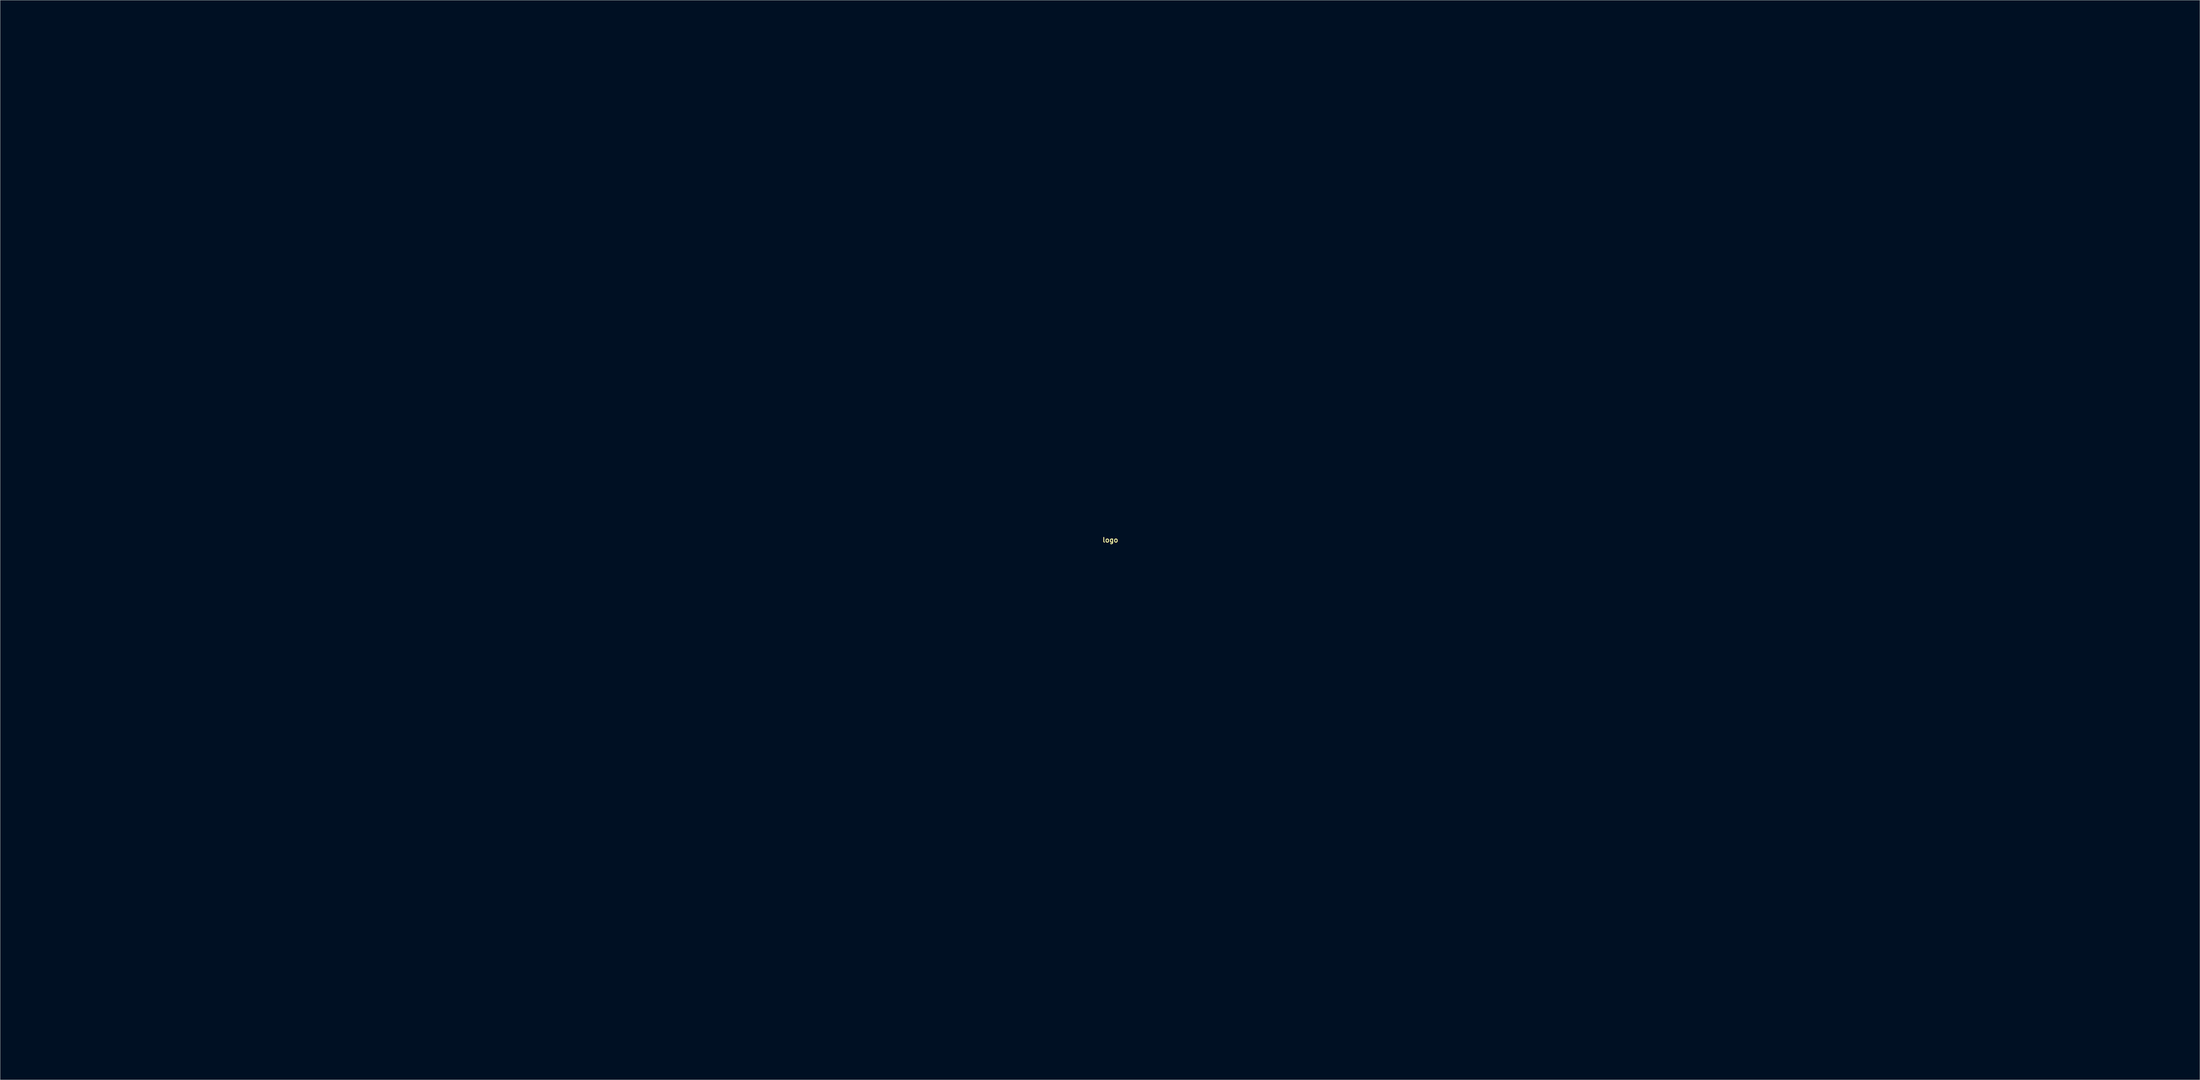
<source format=kicad_pcb>
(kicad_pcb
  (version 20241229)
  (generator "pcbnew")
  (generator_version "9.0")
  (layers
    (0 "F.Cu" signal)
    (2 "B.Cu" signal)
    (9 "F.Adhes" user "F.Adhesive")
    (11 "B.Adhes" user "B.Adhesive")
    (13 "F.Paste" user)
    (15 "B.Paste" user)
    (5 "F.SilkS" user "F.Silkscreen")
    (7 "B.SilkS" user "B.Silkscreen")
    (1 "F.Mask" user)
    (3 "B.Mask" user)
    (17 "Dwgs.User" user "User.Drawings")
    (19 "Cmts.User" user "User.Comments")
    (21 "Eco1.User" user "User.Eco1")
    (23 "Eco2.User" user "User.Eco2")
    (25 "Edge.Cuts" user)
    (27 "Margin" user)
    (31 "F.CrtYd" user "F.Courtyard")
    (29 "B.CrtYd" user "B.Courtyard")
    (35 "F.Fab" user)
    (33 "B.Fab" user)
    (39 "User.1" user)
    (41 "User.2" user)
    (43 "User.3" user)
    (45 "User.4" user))
  (footprint "logo"
    (layer "F.Cu")
    (at 352.707 170.044)
    (property "Reference" "logo" (at 0 0 0) (layer "F.SilkS") (effects (font (size 1.524 1.524) (thickness 0.3))))
    (attr through_hole)
    (fp_poly (pts (xy 282.575 170.039) (xy 238.478 170.039) (xy 238.478 -164.394) (xy 282.575 -164.394) (xy 282.575 170.039)) (stroke (width 0.01) (type solid)) (fill no) (layer "Eco2.User"))
    (fp_poly (pts (xy 346.075 170.039) (xy 301.977 170.039) (xy 302.065 73.642) (xy 302.154 -22.754) (xy 324.115 -22.845) (xy 346.075 -22.936) (xy 346.075 170.039)) (stroke (width 0.01) (type solid)) (fill no) (layer "Eco2.User"))
    (fp_poly (pts (xy 206.666 63.548) (xy 210.326 64.844) (xy 210.961 65.145) (xy 212.971 66.363) (xy 215.104 68.043) (xy 217.181 70.012) (xy 219.023 72.096) (xy 220.451 74.12) (xy 220.766 74.678) (xy 222.161 78.036) (xy 223.001 81.659) (xy 223.284 85.407) (xy 223.01 89.139) (xy 222.178 92.716) (xy 220.838 95.905) (xy 218.801 99.058) (xy 216.289 101.839) (xy 213.406 104.163) (xy 210.254 105.947) (xy 207.161 107.05) (xy 204.965 107.476) (xy 202.494 107.731) (xy 200.05 107.797) (xy 197.933 107.656) (xy 197.69 107.62) (xy 194.877 106.97) (xy 192.077 105.96) (xy 189.603 104.708) (xy 189.198 104.454) (xy 187.382 103.078) (xy 185.481 101.317) (xy 183.723 99.403) (xy 182.338 97.568) (xy 182.237 97.41) (xy 180.767 94.514) (xy 179.705 91.227) (xy 179.096 87.762) (xy 178.983 84.332) (xy 179.145 82.571) (xy 179.875 78.994) (xy 181.035 75.841) (xy 182.705 72.951) (xy 184.965 70.162) (xy 185.803 69.288) (xy 188.76 66.786) (xy 192.029 64.885) (xy 195.532 63.598) (xy 199.191 62.937) (xy 202.928 62.916) (xy 206.666 63.548)) (stroke (width 0.01) (type solid)) (fill no) (layer "Eco2.User"))
    (fp_poly (pts (xy 329.432 -84.619) (xy 333.093 -83.322) (xy 333.728 -83.022) (xy 335.738 -81.804) (xy 337.871 -80.124) (xy 339.948 -78.154) (xy 341.79 -76.071) (xy 343.217 -74.047) (xy 343.532 -73.489) (xy 344.928 -70.13) (xy 345.768 -66.507) (xy 346.051 -62.76) (xy 345.776 -59.028) (xy 344.944 -55.451) (xy 343.604 -52.262) (xy 341.567 -49.108) (xy 339.056 -46.327) (xy 336.173 -44.003) (xy 333.02 -42.22) (xy 329.928 -41.117) (xy 327.731 -40.691) (xy 325.261 -40.436) (xy 322.817 -40.37) (xy 320.7 -40.511) (xy 320.457 -40.547) (xy 317.643 -41.197) (xy 314.843 -42.207) (xy 312.37 -43.459) (xy 311.965 -43.713) (xy 310.149 -45.089) (xy 308.248 -46.85) (xy 306.49 -48.763) (xy 305.105 -50.599) (xy 305.003 -50.756) (xy 303.534 -53.652) (xy 302.472 -56.94) (xy 301.863 -60.405) (xy 301.75 -63.835) (xy 301.911 -65.596) (xy 302.642 -69.173) (xy 303.802 -72.326) (xy 305.472 -75.216) (xy 307.732 -78.005) (xy 308.57 -78.879) (xy 311.527 -81.381) (xy 314.796 -83.282) (xy 318.299 -84.569) (xy 321.957 -85.229) (xy 325.695 -85.25) (xy 329.432 -84.619)) (stroke (width 0.01) (type solid)) (fill no) (layer "Eco2.User"))
    (fp_poly (pts (xy 143.337 -22.93) (xy 152.618 -22.928) (xy 161.233 -22.924) (xy 169.203 -22.919) (xy 176.546 -22.912) (xy 183.284 -22.903) (xy 189.436 -22.893) (xy 195.021 -22.88) (xy 200.061 -22.866) (xy 204.574 -22.849) (xy 208.581 -22.83) (xy 212.101 -22.809) (xy 215.155 -22.785) (xy 217.763 -22.759) (xy 219.944 -22.73) (xy 221.719 -22.698) (xy 223.106 -22.664) (xy 224.127 -22.626) (xy 224.801 -22.586) (xy 225.148 -22.543) (xy 225.206 -22.509) (xy 224.938 -22.16) (xy 224.266 -21.319) (xy 223.234 -20.04) (xy 221.887 -18.377) (xy 220.268 -16.383) (xy 218.421 -14.114) (xy 216.39 -11.622) (xy 214.217 -8.961) (xy 213.829 -8.486) (xy 208.581 -2.065) (xy 203.268 4.438) (xy 197.909 10.999) (xy 192.521 17.595) (xy 187.124 24.205) (xy 181.736 30.804) (xy 176.374 37.372) (xy 171.059 43.884) (xy 165.807 50.319) (xy 160.639 56.653) (xy 155.571 62.865) (xy 150.623 68.931) (xy 145.813 74.829) (xy 141.159 80.536) (xy 136.68 86.03) (xy 132.395 91.288) (xy 128.321 96.286) (xy 124.478 101.004) (xy 120.883 105.418) (xy 117.556 109.505) (xy 114.514 113.242) (xy 111.777 116.608) (xy 109.361 119.58) (xy 107.287 122.134) (xy 105.572 124.248) (xy 104.236 125.9) (xy 103.295 127.067) (xy 102.77 127.726) (xy 102.658 127.874) (xy 103.005 127.894) (xy 104.02 127.914) (xy 105.665 127.933) (xy 107.904 127.951) (xy 110.7 127.968) (xy 114.014 127.984) (xy 117.81 127.999) (xy 122.05 128.013) (xy 126.697 128.025) (xy 131.713 128.035) (xy 137.061 128.044) (xy 142.705 128.05) (xy 148.606 128.055) (xy 154.727 128.058) (xy 159.103 128.058) (xy 215.547 128.058) (xy 215.547 170.039) (xy 15.109 170.039) (xy 17.377 167.305) (xy 17.87 166.706) (xy 18.78 165.595) (xy 20.081 164.004) (xy 21.745 161.968) (xy 23.743 159.522) (xy 26.049 156.698) (xy 28.634 153.531) (xy 31.47 150.054) (xy 34.531 146.303) (xy 37.788 142.31) (xy 41.213 138.11) (xy 44.78 133.737) (xy 48.459 129.224) (xy 50.847 126.294) (xy 55.213 120.939) (xy 59.89 115.202) (xy 64.811 109.165) (xy 69.91 102.911) (xy 75.119 96.522) (xy 80.372 90.08) (xy 85.601 83.667) (xy 90.738 77.366) (xy 95.718 71.259) (xy 100.473 65.428) (xy 104.936 59.956) (xy 109.041 54.923) (xy 110.169 53.54) (xy 113.672 49.243) (xy 117.049 45.098) (xy 120.274 41.138) (xy 123.32 37.394) (xy 126.16 33.9) (xy 128.769 30.689) (xy 131.118 27.793) (xy 133.182 25.246) (xy 134.934 23.08) (xy 136.347 21.327) (xy 137.395 20.021) (xy 138.051 19.195) (xy 138.288 18.881) (xy 138.289 18.88) (xy 137.943 18.858) (xy 136.931 18.837) (xy 135.295 18.817) (xy 133.074 18.798) (xy 130.309 18.78) (xy 127.039 18.763) (xy 123.305 18.748) (xy 119.148 18.735) (xy 114.608 18.723) (xy 109.724 18.713) (xy 104.538 18.706) (xy 99.089 18.701) (xy 93.418 18.698) (xy 89.782 18.697) (xy 41.275 18.697) (xy 41.275 -22.931) (xy 133.371 -22.931) (xy 143.337 -22.93)) (stroke (width 0.01) (type solid)) (fill no) (layer "Eco2.User"))
    (fp_poly (pts (xy -165.1 168.628) (xy -209.534 168.628) (xy -209.726 155.656) (xy -213.254 157.77) (xy -219.639 161.315) (xy -225.908 164.217) (xy -232.145 166.505) (xy -238.436 168.212) (xy -244.651 169.339) (xy -245.77 169.445) (xy -247.489 169.542) (xy -249.705 169.629) (xy -252.314 169.706) (xy -255.211 169.77) (xy -258.292 169.822) (xy -261.453 169.859) (xy -264.589 169.881) (xy -267.596 169.887) (xy -270.37 169.874) (xy -272.806 169.843) (xy -274.8 169.792) (xy -276.248 169.72) (xy -276.578 169.693) (xy -283.443 168.722) (xy -289.92 167.178) (xy -296.052 165.04) (xy -301.885 162.293) (xy -307.463 158.917) (xy -312.208 155.403) (xy -317.651 150.706) (xy -322.873 145.596) (xy -327.762 140.201) (xy -332.203 134.647) (xy -336.083 129.06) (xy -336.714 128.058) (xy -340.749 120.892) (xy -344.215 113.332) (xy -347.103 105.413) (xy -349.404 97.172) (xy -351.111 88.643) (xy -352.213 79.861) (xy -352.702 70.863) (xy -352.687 68.739) (xy -313.955 68.739) (xy -313.909 71.674) (xy -313.808 74.372) (xy -313.654 76.643) (xy -313.6 77.184) (xy -312.543 84.124) (xy -310.923 90.702) (xy -308.75 96.896) (xy -306.037 102.682) (xy -302.793 108.038) (xy -299.029 112.939) (xy -295.032 117.108) (xy -290.532 120.874) (xy -285.76 123.993) (xy -280.693 126.475) (xy -275.307 128.333) (xy -271.462 129.243) (xy -269.906 129.542) (xy -268.611 129.762) (xy -267.427 129.912) (xy -266.204 130.002) (xy -264.792 130.041) (xy -263.04 130.039) (xy -260.797 130.005) (xy -259.644 129.983) (xy -256.699 129.898) (xy -254.294 129.762) (xy -252.263 129.56) (xy -250.443 129.28) (xy -249.59 129.111) (xy -243.657 127.528) (xy -238.123 125.363) (xy -232.992 122.62) (xy -228.268 119.302) (xy -223.955 115.412) (xy -220.058 110.953) (xy -216.58 105.93) (xy -213.861 101.025) (xy -211.294 95.174) (xy -209.31 89.07) (xy -207.895 82.663) (xy -207.041 75.902) (xy -206.736 68.738) (xy -206.734 68.263) (xy -207.042 60.892) (xy -207.963 53.852) (xy -209.496 47.15) (xy -211.639 40.792) (xy -214.39 34.783) (xy -217.746 29.132) (xy -220.319 25.566) (xy -224.148 21.198) (xy -228.413 17.363) (xy -233.072 14.076) (xy -238.08 11.353) (xy -243.394 9.211) (xy -248.97 7.666) (xy -254.764 6.732) (xy -260.732 6.427) (xy -266.831 6.766) (xy -270.404 7.263) (xy -275.851 8.538) (xy -281.059 10.451) (xy -285.998 12.967) (xy -290.638 16.052) (xy -294.949 19.668) (xy -298.901 23.781) (xy -302.465 28.357) (xy -305.61 33.359) (xy -308.308 38.751) (xy -310.527 44.5) (xy -312.238 50.569) (xy -313.412 56.923) (xy -313.598 58.385) (xy -313.768 60.389) (xy -313.885 62.908) (xy -313.947 65.754) (xy -313.955 68.739) (xy -352.687 68.739) (xy -352.652 63.676) (xy -352.196 55.748) (xy -351.366 48.329) (xy -350.136 41.317) (xy -348.482 34.609) (xy -346.381 28.104) (xy -343.808 21.698) (xy -341.659 17.11) (xy -338.764 11.669) (xy -335.575 6.481) (xy -332.019 1.448) (xy -328.02 -3.53) (xy -323.505 -8.551) (xy -318.519 -13.597) (xy -313.872 -17.856) (xy -309.296 -21.495) (xy -304.686 -24.565) (xy -299.936 -27.117) (xy -294.942 -29.202) (xy -289.598 -30.871) (xy -283.798 -32.174) (xy -278.342 -33.045) (xy -276.308 -33.259) (xy -273.756 -33.435) (xy -270.797 -33.572) (xy -267.541 -33.67) (xy -264.099 -33.73) (xy -260.58 -33.75) (xy -257.095 -33.732) (xy -253.754 -33.676) (xy -250.669 -33.58) (xy -247.948 -33.446) (xy -245.703 -33.273) (xy -244.044 -33.062) (xy -243.946 -33.044) (xy -239.377 -32.104) (xy -234.99 -31.001) (xy -231.028 -29.797) (xy -230.49 -29.613) (xy -228.577 -28.878) (xy -226.223 -27.863) (xy -223.591 -26.649) (xy -220.847 -25.317) (xy -218.156 -23.947) (xy -215.681 -22.62) (xy -213.588 -21.417) (xy -212.952 -21.025) (xy -211.651 -20.211) (xy -210.587 -19.56) (xy -209.891 -19.151) (xy -209.688 -19.05) (xy -209.675 -19.397) (xy -209.662 -20.418) (xy -209.65 -22.08) (xy -209.638 -24.35) (xy -209.626 -27.197) (xy -209.615 -30.588) (xy -209.605 -34.49) (xy -209.595 -38.873) (xy -209.586 -43.702) (xy -209.578 -48.947) (xy -209.571 -54.574) (xy -209.565 -60.552) (xy -209.56 -66.847) (xy -209.556 -73.429) (xy -209.552 -80.264) (xy -209.551 -87.321) (xy -209.55 -94.544) (xy -209.55 -170.039) (xy -165.1 -170.039) (xy -165.1 168.628)) (stroke (width 0.01) (type solid)) (fill no) (layer "Eco2.User"))
    (fp_poly (pts (xy -54.053 -33.58) (xy -49.121 -33.295) (xy -44.428 -32.847) (xy -40.217 -32.25) (xy -32.532 -30.607) (xy -25.205 -28.362) (xy -18.252 -25.529) (xy -11.687 -22.125) (xy -5.526 -18.163) (xy 0.214 -13.659) (xy 5.519 -8.628) (xy 10.373 -3.085) (xy 14.761 2.955) (xy 18.666 9.478) (xy 22.074 16.468) (xy 24.969 23.91) (xy 27.335 31.789) (xy 27.68 33.157) (xy 29.163 40.137) (xy 30.311 47.56) (xy 31.107 55.236) (xy 31.533 62.98) (xy 31.569 70.601) (xy 31.5 72.874) (xy 31.288 78.317) (xy -36.723 78.317) (xy -43.597 78.318) (xy -50.282 78.322) (xy -56.744 78.328) (xy -62.948 78.337) (xy -68.86 78.348) (xy -74.446 78.361) (xy -79.672 78.376) (xy -84.504 78.393) (xy -88.908 78.412) (xy -92.85 78.432) (xy -96.295 78.453) (xy -99.21 78.476) (xy -101.56 78.5) (xy -103.311 78.525) (xy -104.429 78.551) (xy -104.88 78.578) (xy -104.888 78.581) (xy -104.91 79.029) (xy -104.843 80.021) (xy -104.704 81.404) (xy -104.512 83.026) (xy -104.286 84.734) (xy -104.044 86.375) (xy -103.804 87.796) (xy -103.744 88.114) (xy -102.238 94.236) (xy -100.209 99.975) (xy -97.681 105.301) (xy -94.678 110.186) (xy -91.226 114.603) (xy -87.347 118.521) (xy -83.068 121.914) (xy -78.413 124.752) (xy -73.406 127.007) (xy -68.862 128.452) (xy -66.572 128.955) (xy -63.831 129.409) (xy -60.893 129.782) (xy -58.014 130.043) (xy -55.448 130.161) (xy -55.108 130.164) (xy -49.639 129.902) (xy -44.31 129.094) (xy -39.222 127.766) (xy -34.474 125.945) (xy -30.167 123.658) (xy -29.605 123.302) (xy -27.211 121.543) (xy -24.568 119.224) (xy -21.737 116.417) (xy -18.783 113.195) (xy -15.768 109.629) (xy -12.754 105.792) (xy -9.805 101.757) (xy -6.983 97.595) (xy -6.099 96.22) (xy -5.262 94.94) (xy -4.547 93.919) (xy -4.045 93.283) (xy -3.865 93.133) (xy -3.53 93.301) (xy -2.646 93.778) (xy -1.279 94.529) (xy 0.504 95.516) (xy 2.638 96.703) (xy 5.056 98.051) (xy 7.694 99.525) (xy 10.484 101.087) (xy 13.362 102.701) (xy 16.261 104.329) (xy 19.115 105.934) (xy 21.859 107.48) (xy 24.427 108.929) (xy 26.752 110.245) (xy 28.769 111.39) (xy 30.412 112.328) (xy 31.615 113.021) (xy 32.312 113.433) (xy 32.358 113.462) (xy 33.143 113.952) (xy 31.216 117.13) (xy 27.737 122.667) (xy 24.321 127.672) (xy 20.854 132.293) (xy 17.221 136.682) (xy 13.308 140.987) (xy 11.691 142.666) (xy 5.996 148.076) (xy 0.098 152.848) (xy -6.038 156.997) (xy -12.448 160.54) (xy -19.166 163.491) (xy -26.227 165.865) (xy -33.666 167.679) (xy -41.518 168.947) (xy -49.742 169.68) (xy -52.589 169.831) (xy -54.939 169.926) (xy -56.999 169.965) (xy -58.975 169.948) (xy -61.073 169.873) (xy -63.499 169.742) (xy -64.844 169.659) (xy -72.908 168.829) (xy -80.733 167.39) (xy -88.283 165.356) (xy -95.519 162.741) (xy -102.404 159.559) (xy -108.899 155.826) (xy -114.967 151.555) (xy -117.122 149.82) (xy -122.892 144.547) (xy -128.141 138.807) (xy -132.862 132.613) (xy -137.05 125.978) (xy -140.7 118.916) (xy -143.806 111.44) (xy -146.363 103.564) (xy -148.364 95.301) (xy -149.805 86.665) (xy -150.679 77.669) (xy -150.982 68.327) (xy -150.982 68.086) (xy -150.695 58.691) (xy -149.839 49.637) (xy -148.535 41.648) (xy -101.953 41.648) (xy -101.604 41.698) (xy -100.57 41.745) (xy -98.874 41.788) (xy -96.536 41.827) (xy -93.578 41.862) (xy -90.021 41.893) (xy -85.887 41.919) (xy -81.197 41.941) (xy -75.972 41.959) (xy -70.234 41.971) (xy -64.003 41.978) (xy -57.856 41.981) (xy -52.34 41.979) (xy -47.023 41.975) (xy -41.948 41.969) (xy -37.156 41.961) (xy -32.69 41.951) (xy -28.592 41.938) (xy -24.904 41.925) (xy -21.669 41.909) (xy -18.928 41.892) (xy -16.725 41.874) (xy -15.1 41.855) (xy -14.098 41.835) (xy -13.758 41.815) (xy -13.862 41.435) (xy -14.146 40.519) (xy -14.568 39.199) (xy -15.085 37.609) (xy -15.143 37.431) (xy -16.253 34.384) (xy -17.595 31.236) (xy -19.065 28.203) (xy -20.56 25.501) (xy -21.498 24.025) (xy -24.676 19.949) (xy -28.314 16.352) (xy -32.345 13.285) (xy -36.703 10.8) (xy -40.14 9.352) (xy -45.161 7.862) (xy -50.424 6.898) (xy -55.798 6.46) (xy -61.152 6.552) (xy -66.355 7.174) (xy -71.277 8.329) (xy -72.959 8.878) (xy -78.142 11.065) (xy -82.908 13.816) (xy -87.241 17.113) (xy -91.124 20.939) (xy -94.539 25.274) (xy -97.469 30.101) (xy -99.897 35.402) (xy -100.861 38.057) (xy -101.329 39.486) (xy -101.697 40.671) (xy -101.915 41.447) (xy -101.953 41.648) (xy -148.535 41.648) (xy -148.419 40.939) (xy -146.44 32.611) (xy -143.908 24.67) (xy -140.829 17.13) (xy -137.208 10.005) (xy -133.05 3.312) (xy -128.36 -2.935) (xy -123.146 -8.721) (xy -122.732 -9.138) (xy -117.228 -14.192) (xy -111.413 -18.648) (xy -105.264 -22.515) (xy -98.754 -25.808) (xy -91.857 -28.537) (xy -84.549 -30.716) (xy -76.803 -32.356) (xy -72.496 -33.012) (xy -68.446 -33.42) (xy -63.9 -33.647) (xy -59.041 -33.699) (xy -54.053 -33.58)) (stroke (width 0.01) (type solid)) (fill no) (layer "Eco2.User")))
  (gr_rect
    (start -3 -3)
    (end 701.787 343.088)
    (stroke (width 0.1) (type default))
    (fill no)
    (layer "Edge.Cuts")))
</source>
